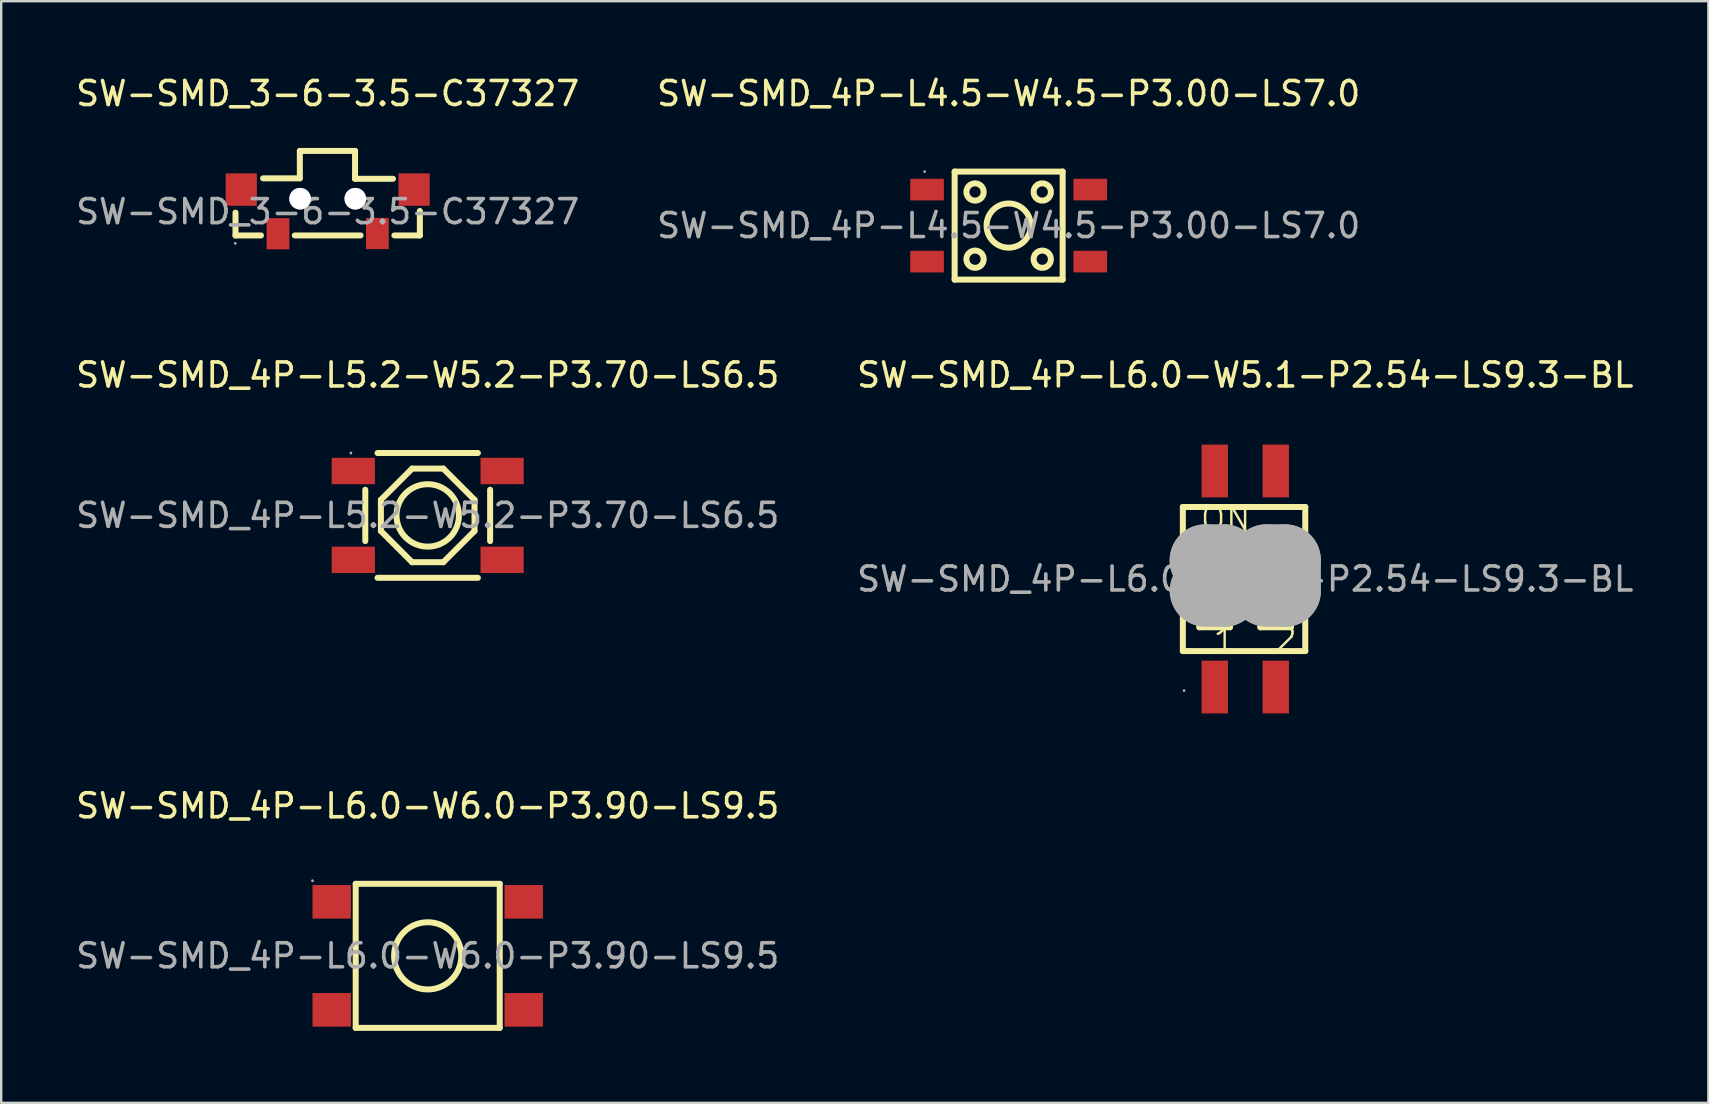
<source format=kicad_pcb>
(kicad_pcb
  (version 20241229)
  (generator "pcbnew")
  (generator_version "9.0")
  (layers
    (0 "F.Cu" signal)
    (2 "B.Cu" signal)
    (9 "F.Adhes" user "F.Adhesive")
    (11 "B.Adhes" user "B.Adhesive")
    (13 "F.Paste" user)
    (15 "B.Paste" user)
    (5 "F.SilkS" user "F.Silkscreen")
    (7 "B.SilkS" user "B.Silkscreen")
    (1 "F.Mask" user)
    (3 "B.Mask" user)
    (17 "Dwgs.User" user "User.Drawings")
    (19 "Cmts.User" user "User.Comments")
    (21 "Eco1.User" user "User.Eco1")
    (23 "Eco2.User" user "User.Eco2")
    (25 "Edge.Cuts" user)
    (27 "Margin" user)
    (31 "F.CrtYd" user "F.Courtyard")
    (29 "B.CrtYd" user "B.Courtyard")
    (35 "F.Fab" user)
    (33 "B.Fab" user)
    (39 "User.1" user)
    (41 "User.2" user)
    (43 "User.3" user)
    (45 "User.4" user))
  (footprint "SW-SMD_4P-L6.0-W6.0-P3.90-LS9.5"
    (layer "F.Cu")
    (at 14.768 36.77)
    (property "Reference" "SW-SMD_4P-L6.0-W6.0-P3.90-LS9.5" (at 0 -6.25 0) (layer "F.SilkS") (effects (font (size 1 1) (thickness 0.15))))
    (attr through_hole)
    (fp_line (start -3 -3) (end 3 -3) (stroke (width 0.25) (type solid)) (layer "F.SilkS"))
    (fp_line (start -3 3) (end -3 -3) (stroke (width 0.25) (type solid)) (layer "F.SilkS"))
    (fp_line (start 3 -3) (end 3 3) (stroke (width 0.25) (type solid)) (layer "F.SilkS"))
    (fp_line (start 3 3) (end -3 3) (stroke (width 0.25) (type solid)) (layer "F.SilkS"))
    (fp_circle (center 0 0) (end 1.4 0) (stroke (width 0.25) (type solid)) (fill no) (layer "F.SilkS"))
    (fp_circle (center -4.8 -3.13) (end -4.77 -3.13) (stroke (width 0.06) (type solid)) (fill no) (layer "F.Fab"))
    (fp_text user "${REFERENCE}" (at 0 0 0) (layer "F.Fab") (effects (font (size 1 1) (thickness 0.15))))
    (pad "1" smd rect (at -4 -2.25) (size 1.6 1.4) (layers "F.Cu" "F.Mask" "F.Paste"))
    (pad "2" smd rect (at 4 -2.25) (size 1.6 1.4) (layers "F.Cu" "F.Mask" "F.Paste"))
    (pad "3" smd rect (at -4 2.25) (size 1.6 1.4) (layers "F.Cu" "F.Mask" "F.Paste"))
    (pad "4" smd rect (at 4 2.25) (size 1.6 1.4) (layers "F.Cu" "F.Mask" "F.Paste")))
  (footprint "SW-SMD_3-6-3.5-C37327"
    (layer "F.Cu")
    (at 10.601 5.768)
    (property "Reference" "SW-SMD_3-6-3.5-C37327" (at 0 -4.92 0) (layer "F.SilkS") (effects (font (size 1 1) (thickness 0.15))))
    (attr through_hole)
    (fp_line (start -3.84 0.99) (end -3.84 0.04) (stroke (width 0.25) (type solid)) (layer "F.SilkS"))
    (fp_line (start -2.78 0.99) (end -3.84 0.99) (stroke (width 0.25) (type solid)) (layer "F.SilkS"))
    (fp_line (start -2.69 -1.39) (end -1.16 -1.39) (stroke (width 0.25) (type solid)) (layer "F.SilkS"))
    (fp_line (start -1.16 -2.53) (end 1.14 -2.53) (stroke (width 0.25) (type solid)) (layer "F.SilkS"))
    (fp_line (start -1.16 -1.39) (end -1.16 -2.53) (stroke (width 0.25) (type solid)) (layer "F.SilkS"))
    (fp_line (start 1.14 -2.53) (end 1.14 -1.37) (stroke (width 0.25) (type solid)) (layer "F.SilkS"))
    (fp_line (start 1.14 -1.37) (end 2.72 -1.37) (stroke (width 0.25) (type solid)) (layer "F.SilkS"))
    (fp_line (start 1.37 0.99) (end -1.37 0.99) (stroke (width 0.25) (type solid)) (layer "F.SilkS"))
    (fp_line (start 3.84 -0.03) (end 3.84 0.99) (stroke (width 0.25) (type solid)) (layer "F.SilkS"))
    (fp_line (start 3.84 0.99) (end 2.78 0.99) (stroke (width 0.25) (type solid)) (layer "F.SilkS"))
    (fp_circle (center -1.15 -0.54) (end -0.97 -0.54) (stroke (width 0.35) (type solid)) (fill no) (layer "Cmts.User"))
    (fp_circle (center 1.15 -0.54) (end 1.33 -0.54) (stroke (width 0.35) (type solid)) (fill no) (layer "Cmts.User"))
    (fp_circle (center -3.85 1.32) (end -3.82 1.32) (stroke (width 0.06) (type solid)) (fill no) (layer "F.Fab"))
    (fp_text user "${REFERENCE}" (at 0 0 0) (layer "F.Fab") (effects (font (size 1 1) (thickness 0.15))))
    (pad "" thru_hole circle (at -1.15 -0.54) (size 0.9 0.9) (drill 0.9) (layers "*.Cu" "*.Mask"))
    (pad "" thru_hole circle (at 1.15 -0.54) (size 0.9 0.9) (drill 0.9) (layers "*.Cu" "*.Mask"))
    (pad "1" smd rect (at -2.07 0.92) (size 0.95 1.3) (layers "F.Cu" "F.Mask" "F.Paste"))
    (pad "2" smd rect (at 2.07 0.91 180) (size 0.95 1.3) (layers "F.Cu" "F.Mask" "F.Paste"))
    (pad "3" smd rect (at 3.6 -0.92) (size 1.3 1.35) (layers "F.Cu" "F.Mask" "F.Paste"))
    (pad "4" smd rect (at -3.6 -0.92) (size 1.3 1.35) (layers "F.Cu" "F.Mask" "F.Paste")))
  (footprint "SW-SMD_4P-L6.0-W5.1-P2.54-LS9.3-BL"
    (layer "F.Cu")
    (at 48.827 21.072)
    (property "Reference" "SW-SMD_4P-L6.0-W5.1-P2.54-LS9.3-BL" (at 0 -8.5 0) (layer "F.SilkS") (effects (font (size 1 1) (thickness 0.15))))
    (attr through_hole)
    (fp_line (start -2.6 -3) (end 2.5 -3) (stroke (width 0.25) (type solid)) (layer "F.SilkS"))
    (fp_line (start -2.6 3) (end -2.6 -3) (stroke (width 0.25) (type solid)) (layer "F.SilkS"))
    (fp_line (start -1.91 -2.05) (end -0.64 -2.05) (stroke (width 0.25) (type solid)) (layer "F.SilkS"))
    (fp_line (start -1.91 -1.67) (end -0.64 -1.67) (stroke (width 0.25) (type solid)) (layer "F.SilkS"))
    (fp_line (start -1.91 -1.29) (end -0.64 -1.29) (stroke (width 0.25) (type solid)) (layer "F.SilkS"))
    (fp_line (start -1.91 1.18) (end -0.64 1.18) (stroke (width 0.25) (type solid)) (layer "F.SilkS"))
    (fp_line (start -1.91 1.57) (end -0.64 1.57) (stroke (width 0.25) (type solid)) (layer "F.SilkS"))
    (fp_line (start -1.91 2.01) (end -1.91 -2.05) (stroke (width 0.25) (type solid)) (layer "F.SilkS"))
    (fp_line (start -0.64 -2.05) (end -0.64 2.01) (stroke (width 0.25) (type solid)) (layer "F.SilkS"))
    (fp_line (start -0.64 2.01) (end -1.91 2.01) (stroke (width 0.25) (type solid)) (layer "F.SilkS"))
    (fp_line (start 0.63 -2.05) (end 1.9 -2.05) (stroke (width 0.25) (type solid)) (layer "F.SilkS"))
    (fp_line (start 0.63 -1.67) (end 1.9 -1.67) (stroke (width 0.25) (type solid)) (layer "F.SilkS"))
    (fp_line (start 0.63 -1.29) (end 1.9 -1.29) (stroke (width 0.25) (type solid)) (layer "F.SilkS"))
    (fp_line (start 0.63 1.18) (end 1.9 1.18) (stroke (width 0.25) (type solid)) (layer "F.SilkS"))
    (fp_line (start 0.63 1.57) (end 1.9 1.57) (stroke (width 0.25) (type solid)) (layer "F.SilkS"))
    (fp_line (start 0.63 2.01) (end 0.63 -2.05) (stroke (width 0.25) (type solid)) (layer "F.SilkS"))
    (fp_line (start 1.9 -2.05) (end 1.9 2.01) (stroke (width 0.25) (type solid)) (layer "F.SilkS"))
    (fp_line (start 1.9 2.01) (end 0.63 2.01) (stroke (width 0.25) (type solid)) (layer "F.SilkS"))
    (fp_line (start 2.5 -3) (end 2.5 3) (stroke (width 0.25) (type solid)) (layer "F.SilkS"))
    (fp_line (start 2.5 3) (end -2.6 3) (stroke (width 0.25) (type solid)) (layer "F.SilkS"))
    (fp_line (start -1.65 -0.78) (end -1.65 -0.78) (stroke (width 3) (type solid)) (layer "F.Fab"))
    (fp_line (start -1.65 -0.78) (end -0.89 -0.78) (stroke (width 3) (type solid)) (layer "F.Fab"))
    (fp_line (start -0.89 -0.78) (end -0.89 0.49) (stroke (width 3) (type solid)) (layer "F.Fab"))
    (fp_line (start -0.89 0.49) (end -1.65 0.49) (stroke (width 3) (type solid)) (layer "F.Fab"))
    (fp_line (start 0.89 -0.78) (end 0.89 -0.78) (stroke (width 3) (type solid)) (layer "F.Fab"))
    (fp_line (start 0.89 -0.78) (end 1.65 -0.78) (stroke (width 3) (type solid)) (layer "F.Fab"))
    (fp_line (start 1.65 -0.78) (end 1.65 0.49) (stroke (width 3) (type solid)) (layer "F.Fab"))
    (fp_line (start 1.65 0.49) (end 0.89 0.49) (stroke (width 3) (type solid)) (layer "F.Fab"))
    (fp_circle (center -2.55 4.65) (end -2.52 4.65) (stroke (width 0.06) (type solid)) (fill no) (layer "F.Fab"))
    (fp_text user "2" (at 1.14 2.52 0) (layer "F.SilkS") (effects (font (size 1 1) (thickness 0.1)) (justify left)))
    (fp_text user "ON" (at -1.93 -2.51 0) (layer "F.SilkS") (effects (font (size 1 1) (thickness 0.1)) (justify left)))
    (fp_text user "1" (at -1.4 2.54 0) (layer "F.SilkS") (effects (font (size 1 1) (thickness 0.1)) (justify left)))
    (fp_text user "${REFERENCE}" (at 0 0 0) (layer "F.Fab") (effects (font (size 1 1) (thickness 0.15))))
    (pad "1" smd rect (at -1.27 4.5) (size 1.1 2.2) (layers "F.Cu" "F.Mask" "F.Paste"))
    (pad "2" smd rect (at 1.27 4.5) (size 1.1 2.2) (layers "F.Cu" "F.Mask" "F.Paste"))
    (pad "3" smd rect (at 1.27 -4.5) (size 1.1 2.2) (layers "F.Cu" "F.Mask" "F.Paste"))
    (pad "4" smd rect (at -1.27 -4.5) (size 1.1 2.2) (layers "F.Cu" "F.Mask" "F.Paste")))
  (footprint "SW-SMD_4P-L5.2-W5.2-P3.70-LS6.5"
    (layer "F.Cu")
    (at 14.768 18.422)
    (property "Reference" "SW-SMD_4P-L5.2-W5.2-P3.70-LS6.5" (at 0 -5.85 0) (layer "F.SilkS") (effects (font (size 1 1) (thickness 0.15))))
    (attr through_hole)
    (fp_line (start -2.6 1.07) (end -2.6 -1.07) (stroke (width 0.25) (type solid)) (layer "F.SilkS"))
    (fp_line (start -2.09 -2.6) (end 2.09 -2.6) (stroke (width 0.25) (type solid)) (layer "F.SilkS"))
    (fp_line (start -1.95 -0.65) (end -0.65 -1.95) (stroke (width 0.25) (type solid)) (layer "F.SilkS"))
    (fp_line (start -1.95 0.65) (end -1.95 -0.65) (stroke (width 0.25) (type solid)) (layer "F.SilkS"))
    (fp_line (start -0.65 -1.95) (end 0.65 -1.95) (stroke (width 0.25) (type solid)) (layer "F.SilkS"))
    (fp_line (start -0.65 1.95) (end -1.95 0.65) (stroke (width 0.25) (type solid)) (layer "F.SilkS"))
    (fp_line (start 0.65 -1.95) (end 1.95 -0.65) (stroke (width 0.25) (type solid)) (layer "F.SilkS"))
    (fp_line (start 0.65 1.95) (end -0.65 1.95) (stroke (width 0.25) (type solid)) (layer "F.SilkS"))
    (fp_line (start 1.95 -0.65) (end 1.95 0.65) (stroke (width 0.25) (type solid)) (layer "F.SilkS"))
    (fp_line (start 1.95 0.65) (end 0.65 1.95) (stroke (width 0.25) (type solid)) (layer "F.SilkS"))
    (fp_line (start 2.09 2.6) (end -2.09 2.6) (stroke (width 0.25) (type solid)) (layer "F.SilkS"))
    (fp_line (start 2.6 -1.07) (end 2.6 1.07) (stroke (width 0.25) (type solid)) (layer "F.SilkS"))
    (fp_circle (center 0 0) (end 1.3 0) (stroke (width 0.25) (type solid)) (fill no) (layer "F.SilkS"))
    (fp_circle (center -3.2 -2.6) (end -3.17 -2.6) (stroke (width 0.06) (type solid)) (fill no) (layer "F.Fab"))
    (fp_text user "${REFERENCE}" (at 0 0 0) (layer "F.Fab") (effects (font (size 1 1) (thickness 0.15))))
    (pad "1" smd rect (at -3.1 -1.85) (size 1.8 1.1) (layers "F.Cu" "F.Mask" "F.Paste"))
    (pad "2" smd rect (at 3.1 -1.85) (size 1.8 1.1) (layers "F.Cu" "F.Mask" "F.Paste"))
    (pad "3" smd rect (at -3.1 1.85) (size 1.8 1.1) (layers "F.Cu" "F.Mask" "F.Paste"))
    (pad "4" smd rect (at 3.1 1.85) (size 1.8 1.1) (layers "F.Cu" "F.Mask" "F.Paste")))
  (footprint "SW-SMD_4P-L4.5-W4.5-P3.00-LS7.0"
    (layer "F.Cu")
    (at 38.97 6.348)
    (property "Reference" "SW-SMD_4P-L4.5-W4.5-P3.00-LS7.0" (at 0 -5.5 0) (layer "F.SilkS") (effects (font (size 1 1) (thickness 0.15))))
    (attr through_hole)
    (fp_line (start -2.25 -2.25) (end 2.25 -2.25) (stroke (width 0.25) (type solid)) (layer "F.SilkS"))
    (fp_line (start -2.25 2.25) (end -2.25 -2.25) (stroke (width 0.25) (type solid)) (layer "F.SilkS"))
    (fp_line (start 2.25 -2.25) (end 2.25 2.25) (stroke (width 0.25) (type solid)) (layer "F.SilkS"))
    (fp_line (start 2.25 2.25) (end -2.25 2.25) (stroke (width 0.25) (type solid)) (layer "F.SilkS"))
    (fp_circle (center -1.4 -1.4) (end -1.04 -1.4) (stroke (width 0.25) (type solid)) (fill no) (layer "F.SilkS"))
    (fp_circle (center -1.4 1.4) (end -1.04 1.4) (stroke (width 0.25) (type solid)) (fill no) (layer "F.SilkS"))
    (fp_circle (center 0 0) (end 0.92 0) (stroke (width 0.25) (type solid)) (fill no) (layer "F.SilkS"))
    (fp_circle (center 1.4 -1.4) (end 1.76 -1.4) (stroke (width 0.25) (type solid)) (fill no) (layer "F.SilkS"))
    (fp_circle (center 1.4 1.4) (end 1.76 1.4) (stroke (width 0.25) (type solid)) (fill no) (layer "F.SilkS"))
    (fp_circle (center -3.5 -2.25) (end -3.47 -2.25) (stroke (width 0.06) (type solid)) (fill no) (layer "F.Fab"))
    (fp_text user "${REFERENCE}" (at 0 0 0) (layer "F.Fab") (effects (font (size 1 1) (thickness 0.15))))
    (pad "1" smd rect (at -3.4 -1.5) (size 1.4 0.9) (layers "F.Cu" "F.Mask" "F.Paste"))
    (pad "2" smd rect (at 3.4 -1.5) (size 1.4 0.9) (layers "F.Cu" "F.Mask" "F.Paste"))
    (pad "3" smd rect (at -3.4 1.5) (size 1.4 0.9) (layers "F.Cu" "F.Mask" "F.Paste"))
    (pad "4" smd rect (at 3.4 1.5) (size 1.4 0.9) (layers "F.Cu" "F.Mask" "F.Paste")))
  (gr_rect
    (start -3 -3)
    (end 68.119 42.895)
    (stroke (width 0.1) (type default))
    (fill no)
    (layer "Edge.Cuts")))
</source>
